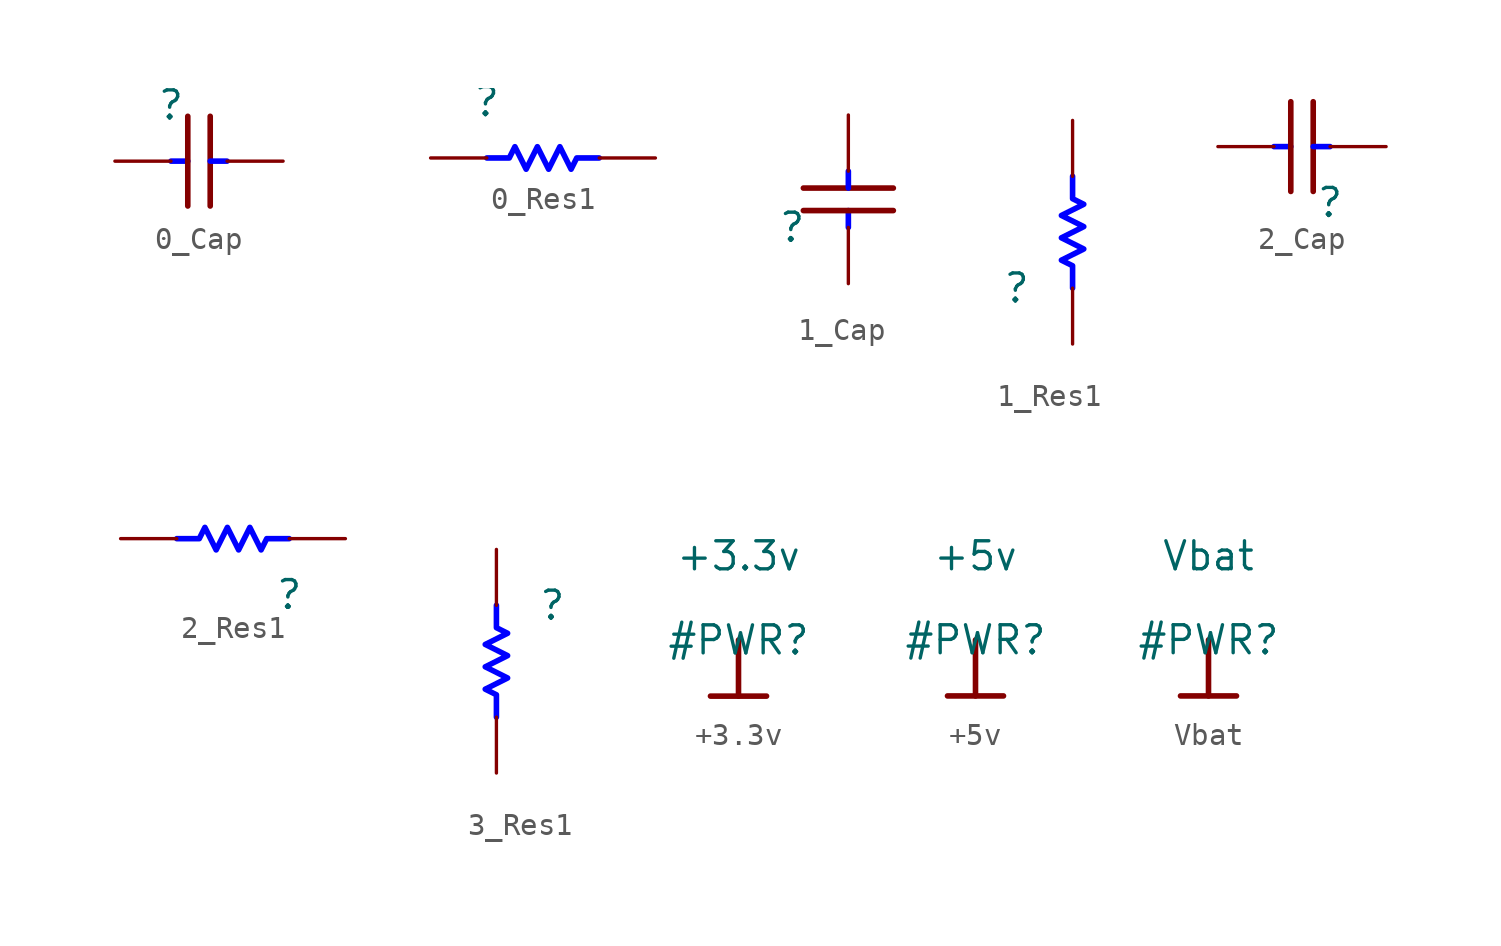
<source format=kicad_sym>
(kicad_symbol_lib
  (version 20220914)
  (generator kicad_symbol_editor)
  (symbol "0_Cap"
    (property "Reference" ""
      (at 0 0 0)
      (effects (font (size 1.27 1.27))))
    (property "Value" ""
      (at 0 0 0)
      (effects (font (size 1.27 1.27))))
    (symbol "0_Cap_1_0"
      (polyline (pts (xy 0 -2.54) (xy 0.762 -2.54)) (stroke (width 0.254) (type solid) (color 0 0 255 1)) (fill (type none)))
      (polyline (pts (xy 0.762 -4.572) (xy 0.762 -0.508)) (stroke (width 0.254) (type solid)) (fill (type none)))
      (polyline (pts (xy 1.778 -0.508) (xy 1.778 -4.572)) (stroke (width 0.254) (type solid)) (fill (type none)))
      (polyline (pts (xy 2.54 -2.54) (xy 1.778 -2.54)) (stroke (width 0.254) (type solid) (color 0 0 255 1)) (fill (type none)))
      (pin passive line (at -2.54 -2.54 0) (length 2.54) (name "1" (effects (font (size 0 0)))) (number "1" (effects (font (size 0 0)))))
      (pin passive line (at 5.08 -2.54 180) (length 2.54) (name "2" (effects (font (size 0 0)))) (number "2" (effects (font (size 0 0)))))))
  (symbol "0_Res1"
    (property "Reference" ""
      (at 0 0 0)
      (effects (font (size 1.27 1.27))))
    (property "Value" ""
      (at 0 0 0)
      (effects (font (size 1.27 1.27))))
    (symbol "0_Res1_1_0"
      (polyline (pts (xy 5.08 -2.54) (xy 4.064 -2.54) (xy 3.81 -3.048) (xy 3.302 -2.032) (xy 2.794 -3.048) (xy 2.286 -2.032) (xy 1.778 -3.048) (xy 1.27 -2.032) (xy 1.016 -2.54) (xy 0 -2.54)) (stroke (width 0.254) (type solid) (color 0 0 255 1)) (fill (type none)))
      (pin passive line (at -2.54 -2.54 0) (length 2.54) (name "1" (effects (font (size 0 0)))) (number "1" (effects (font (size 0 0)))))
      (pin passive line (at 7.62 -2.54 180) (length 2.54) (name "2" (effects (font (size 0 0)))) (number "2" (effects (font (size 0 0)))))))
  (symbol "1_Cap"
    (property "Reference" ""
      (at 0 0 0)
      (effects (font (size 1.27 1.27))))
    (property "Value" ""
      (at 0 0 0)
      (effects (font (size 1.27 1.27))))
    (symbol "1_Cap_1_0"
      (polyline (pts (xy 0.508 1.778) (xy 4.572 1.778)) (stroke (width 0.254) (type solid)) (fill (type none)))
      (polyline (pts (xy 2.54 0) (xy 2.54 0.762)) (stroke (width 0.254) (type solid) (color 0 0 255 1)) (fill (type none)))
      (polyline (pts (xy 2.54 2.54) (xy 2.54 1.778)) (stroke (width 0.254) (type solid) (color 0 0 255 1)) (fill (type none)))
      (polyline (pts (xy 4.572 0.762) (xy 0.508 0.762)) (stroke (width 0.254) (type solid)) (fill (type none)))
      (pin passive line (at 2.54 -2.54 90) (length 2.54) (name "1" (effects (font (size 0 0)))) (number "1" (effects (font (size 0 0)))))
      (pin passive line (at 2.54 5.08 270) (length 2.54) (name "2" (effects (font (size 0 0)))) (number "2" (effects (font (size 0 0)))))))
  (symbol "1_Res1"
    (property "Reference" ""
      (at 0 0 0)
      (effects (font (size 1.27 1.27))))
    (property "Value" ""
      (at 0 0 0)
      (effects (font (size 1.27 1.27))))
    (symbol "1_Res1_1_0"
      (polyline (pts (xy 2.54 5.08) (xy 2.54 4.064) (xy 3.048 3.81) (xy 2.032 3.302) (xy 3.048 2.794) (xy 2.032 2.286) (xy 3.048 1.778) (xy 2.032 1.27) (xy 2.54 1.016) (xy 2.54 0)) (stroke (width 0.254) (type solid) (color 0 0 255 1)) (fill (type none)))
      (pin passive line (at 2.54 -2.54 90) (length 2.54) (name "1" (effects (font (size 0 0)))) (number "1" (effects (font (size 0 0)))))
      (pin passive line (at 2.54 7.62 270) (length 2.54) (name "2" (effects (font (size 0 0)))) (number "2" (effects (font (size 0 0)))))))
  (symbol "2_Cap"
    (property "Reference" ""
      (at 0 0 0)
      (effects (font (size 1.27 1.27))))
    (property "Value" ""
      (at 0 0 0)
      (effects (font (size 1.27 1.27))))
    (symbol "2_Cap_1_0"
      (polyline (pts (xy -2.54 2.54) (xy -1.778 2.54)) (stroke (width 0.254) (type solid) (color 0 0 255 1)) (fill (type none)))
      (polyline (pts (xy -1.778 0.508) (xy -1.778 4.572)) (stroke (width 0.254) (type solid)) (fill (type none)))
      (polyline (pts (xy -0.762 4.572) (xy -0.762 0.508)) (stroke (width 0.254) (type solid)) (fill (type none)))
      (polyline (pts (xy 0 2.54) (xy -0.762 2.54)) (stroke (width 0.254) (type solid) (color 0 0 255 1)) (fill (type none)))
      (pin passive line (at 2.54 2.54 180) (length 2.54) (name "1" (effects (font (size 0 0)))) (number "1" (effects (font (size 0 0)))))
      (pin passive line (at -5.08 2.54 0) (length 2.54) (name "2" (effects (font (size 0 0)))) (number "2" (effects (font (size 0 0)))))))
  (symbol "2_Res1"
    (property "Reference" ""
      (at 0 0 0)
      (effects (font (size 1.27 1.27))))
    (property "Value" ""
      (at 0 0 0)
      (effects (font (size 1.27 1.27))))
    (symbol "2_Res1_1_0"
      (polyline (pts (xy -5.08 2.54) (xy -4.064 2.54) (xy -3.81 3.048) (xy -3.302 2.032) (xy -2.794 3.048) (xy -2.286 2.032) (xy -1.778 3.048) (xy -1.27 2.032) (xy -1.016 2.54) (xy 0 2.54)) (stroke (width 0.254) (type solid) (color 0 0 255 1)) (fill (type none)))
      (pin passive line (at 2.54 2.54 180) (length 2.54) (name "1" (effects (font (size 0 0)))) (number "1" (effects (font (size 0 0)))))
      (pin passive line (at -7.62 2.54 0) (length 2.54) (name "2" (effects (font (size 0 0)))) (number "2" (effects (font (size 0 0)))))))
  (symbol "3_Res1"
    (property "Reference" ""
      (at 0 0 0)
      (effects (font (size 1.27 1.27))))
    (property "Value" ""
      (at 0 0 0)
      (effects (font (size 1.27 1.27))))
    (symbol "3_Res1_1_0"
      (polyline (pts (xy -2.54 -5.08) (xy -2.54 -4.064) (xy -3.048 -3.81) (xy -2.032 -3.302) (xy -3.048 -2.794) (xy -2.032 -2.286) (xy -3.048 -1.778) (xy -2.032 -1.27) (xy -2.54 -1.016) (xy -2.54 0)) (stroke (width 0.254) (type solid) (color 0 0 255 1)) (fill (type none)))
      (pin passive line (at -2.54 2.54 270) (length 2.54) (name "1" (effects (font (size 0 0)))) (number "1" (effects (font (size 0 0)))))
      (pin passive line (at -2.54 -7.62 90) (length 2.54) (name "2" (effects (font (size 0 0)))) (number "2" (effects (font (size 0 0)))))))
  (symbol "+3.3v"
    (power)
    (property "Reference" "#PWR"
      (at 0 0 0)
      (effects (font (size 1.27 1.27))))
    (property "Value" "+3.3v"
      (at 0 3.81 0)
      (effects (font (size 1.27 1.27))))
    (symbol "+3.3v_0_0"
      (polyline (pts (xy -1.27 -2.54) (xy 1.27 -2.54)) (stroke (width 0.254) (type solid)) (fill (type none)))
      (polyline (pts (xy 0 0) (xy 0 -2.54)) (stroke (width 0.254) (type solid)) (fill (type none)))
      (pin power_in line (at 0 0 0) (length 0) hide (name "+3.3v" (effects (font (size 1.27 1.27)))) (number "" (effects (font (size 1.27 1.27)))))))
  (symbol "+5v"
    (power)
    (property "Reference" "#PWR"
      (at 0 0 0)
      (effects (font (size 1.27 1.27))))
    (property "Value" "+5v"
      (at 0 3.81 0)
      (effects (font (size 1.27 1.27))))
    (symbol "+5v_0_0"
      (polyline (pts (xy -1.27 -2.54) (xy 1.27 -2.54)) (stroke (width 0.254) (type solid)) (fill (type none)))
      (polyline (pts (xy 0 0) (xy 0 -2.54)) (stroke (width 0.254) (type solid)) (fill (type none)))
      (pin power_in line (at 0 0 0) (length 0) hide (name "+5v" (effects (font (size 1.27 1.27)))) (number "" (effects (font (size 1.27 1.27)))))))
  (symbol "Vbat"
    (power)
    (property "Reference" "#PWR"
      (at 0 0 0)
      (effects (font (size 1.27 1.27))))
    (property "Value" "Vbat"
      (at 0 3.81 0)
      (effects (font (size 1.27 1.27))))
    (symbol "Vbat_0_0"
      (polyline (pts (xy -1.27 -2.54) (xy 1.27 -2.54)) (stroke (width 0.254) (type solid)) (fill (type none)))
      (polyline (pts (xy 0 0) (xy 0 -2.54)) (stroke (width 0.254) (type solid)) (fill (type none)))
      (pin power_in line (at 0 0 0) (length 0) hide (name "Vbat" (effects (font (size 1.27 1.27)))) (number "" (effects (font (size 1.27 1.27))))))))
</source>
